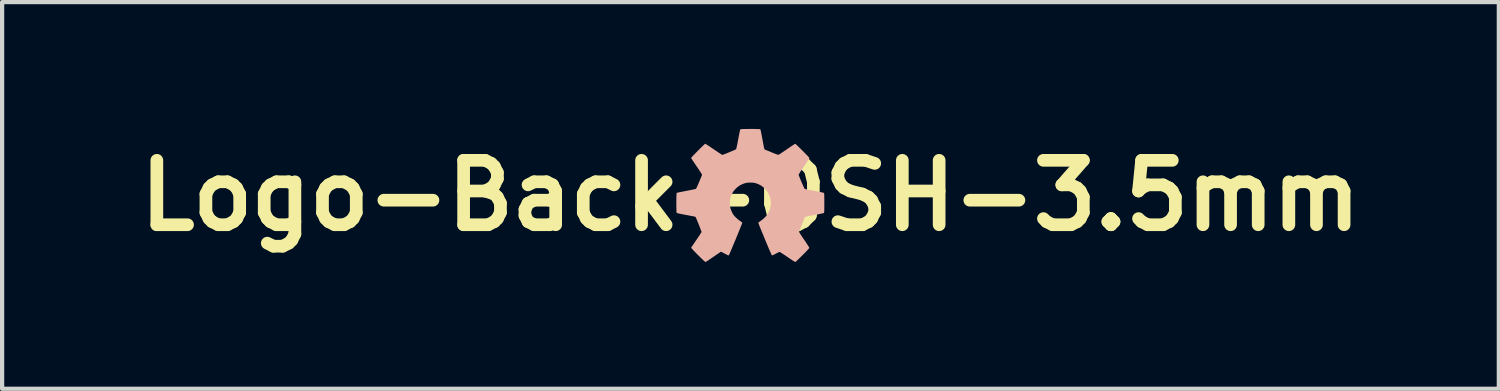
<source format=kicad_pcb>
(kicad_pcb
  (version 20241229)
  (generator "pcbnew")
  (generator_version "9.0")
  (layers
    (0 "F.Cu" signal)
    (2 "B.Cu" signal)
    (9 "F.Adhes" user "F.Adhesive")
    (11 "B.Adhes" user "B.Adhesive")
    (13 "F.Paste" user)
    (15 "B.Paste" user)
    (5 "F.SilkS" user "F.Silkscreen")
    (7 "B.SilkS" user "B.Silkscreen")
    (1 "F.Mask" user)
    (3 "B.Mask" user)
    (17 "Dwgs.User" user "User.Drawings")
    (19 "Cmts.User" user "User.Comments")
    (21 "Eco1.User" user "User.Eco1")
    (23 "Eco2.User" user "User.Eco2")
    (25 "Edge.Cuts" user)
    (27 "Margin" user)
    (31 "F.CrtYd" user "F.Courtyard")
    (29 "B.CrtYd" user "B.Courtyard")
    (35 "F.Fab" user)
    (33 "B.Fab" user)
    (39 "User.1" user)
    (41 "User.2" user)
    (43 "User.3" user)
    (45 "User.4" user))
  (footprint "Logo-Back-OSH-3.5mm"
    (layer "F.Cu")
    (at 14.703 1.577)
    (property "Reference" "Logo-Back-OSH-3.5mm" (at 0 0 0) (layer "F.SilkS") (effects (font (size 1.524 1.524) (thickness 0.3))))
    (attr board_only exclude_from_pos_files exclude_from_bom)
    (fp_poly (pts (xy -0.031 -1.577) (xy -0.076 -1.576) (xy -0.119 -1.576) (xy -0.158 -1.575) (xy -0.191 -1.574) (xy -0.217 -1.572) (xy -0.234 -1.57) (xy -0.241 -1.568) (xy -0.244 -1.561) (xy -0.248 -1.543) (xy -0.254 -1.516) (xy -0.261 -1.482) (xy -0.269 -1.441) (xy -0.278 -1.395) (xy -0.288 -1.345) (xy -0.29 -1.333) (xy -0.302 -1.268) (xy -0.312 -1.215) (xy -0.321 -1.172) (xy -0.329 -1.139) (xy -0.334 -1.115) (xy -0.339 -1.102) (xy -0.341 -1.097) (xy -0.349 -1.093) (xy -0.366 -1.084) (xy -0.39 -1.073) (xy -0.42 -1.06) (xy -0.455 -1.046) (xy -0.491 -1.03) (xy -0.528 -1.015) (xy -0.564 -1) (xy -0.597 -0.987) (xy -0.626 -0.976) (xy -0.648 -0.968) (xy -0.662 -0.963) (xy -0.666 -0.962) (xy -0.672 -0.965) (xy -0.687 -0.975) (xy -0.71 -0.989) (xy -0.739 -1.008) (xy -0.773 -1.031) (xy -0.812 -1.057) (xy -0.854 -1.086) (xy -0.868 -1.095) (xy -0.924 -1.133) (xy -0.97 -1.165) (xy -1.008 -1.189) (xy -1.037 -1.207) (xy -1.057 -1.219) (xy -1.069 -1.225) (xy -1.073 -1.225) (xy -1.08 -1.22) (xy -1.094 -1.208) (xy -1.113 -1.19) (xy -1.138 -1.166) (xy -1.166 -1.139) (xy -1.196 -1.109) (xy -1.228 -1.077) (xy -1.261 -1.044) (xy -1.292 -1.012) (xy -1.322 -0.981) (xy -1.349 -0.953) (xy -1.372 -0.929) (xy -1.389 -0.91) (xy -1.401 -0.897) (xy -1.405 -0.891) (xy -1.401 -0.884) (xy -1.392 -0.869) (xy -1.378 -0.847) (xy -1.358 -0.817) (xy -1.335 -0.783) (xy -1.309 -0.744) (xy -1.281 -0.703) (xy -1.275 -0.694) (xy -1.246 -0.652) (xy -1.219 -0.612) (xy -1.196 -0.577) (xy -1.176 -0.546) (xy -1.16 -0.522) (xy -1.15 -0.505) (xy -1.145 -0.496) (xy -1.145 -0.495) (xy -1.147 -0.487) (xy -1.154 -0.469) (xy -1.164 -0.445) (xy -1.176 -0.414) (xy -1.191 -0.38) (xy -1.206 -0.343) (xy -1.222 -0.305) (xy -1.238 -0.269) (xy -1.253 -0.235) (xy -1.266 -0.206) (xy -1.277 -0.182) (xy -1.285 -0.167) (xy -1.289 -0.161) (xy -1.296 -0.158) (xy -1.314 -0.153) (xy -1.342 -0.147) (xy -1.377 -0.139) (xy -1.419 -0.131) (xy -1.467 -0.121) (xy -1.517 -0.112) (xy -1.567 -0.102) (xy -1.613 -0.093) (xy -1.654 -0.085) (xy -1.689 -0.078) (xy -1.717 -0.072) (xy -1.736 -0.067) (xy -1.745 -0.064) (xy -1.745 -0.064) (xy -1.747 -0.057) (xy -1.749 -0.039) (xy -1.751 -0.013) (xy -1.752 0.021) (xy -1.753 0.06) (xy -1.753 0.103) (xy -1.754 0.148) (xy -1.754 0.194) (xy -1.754 0.24) (xy -1.753 0.283) (xy -1.752 0.322) (xy -1.751 0.356) (xy -1.75 0.383) (xy -1.748 0.401) (xy -1.746 0.409) (xy -1.74 0.412) (xy -1.725 0.417) (xy -1.702 0.422) (xy -1.67 0.429) (xy -1.627 0.438) (xy -1.574 0.448) (xy -1.523 0.458) (xy -1.474 0.467) (xy -1.428 0.476) (xy -1.388 0.484) (xy -1.353 0.49) (xy -1.326 0.496) (xy -1.308 0.5) (xy -1.301 0.503) (xy -1.301 0.503) (xy -1.297 0.51) (xy -1.289 0.526) (xy -1.279 0.549) (xy -1.266 0.579) (xy -1.252 0.614) (xy -1.237 0.651) (xy -1.221 0.69) (xy -1.206 0.728) (xy -1.192 0.765) (xy -1.179 0.797) (xy -1.169 0.825) (xy -1.161 0.845) (xy -1.157 0.857) (xy -1.157 0.86) (xy -1.16 0.866) (xy -1.169 0.882) (xy -1.184 0.905) (xy -1.203 0.934) (xy -1.225 0.968) (xy -1.251 1.006) (xy -1.278 1.046) (xy -1.306 1.087) (xy -1.332 1.125) (xy -1.355 1.159) (xy -1.375 1.188) (xy -1.39 1.21) (xy -1.399 1.226) (xy -1.403 1.232) (xy -1.4 1.238) (xy -1.389 1.252) (xy -1.372 1.271) (xy -1.35 1.295) (xy -1.323 1.323) (xy -1.294 1.353) (xy -1.262 1.386) (xy -1.23 1.418) (xy -1.197 1.45) (xy -1.166 1.481) (xy -1.137 1.509) (xy -1.112 1.532) (xy -1.091 1.551) (xy -1.075 1.564) (xy -1.066 1.57) (xy -1.066 1.57) (xy -1.058 1.567) (xy -1.041 1.558) (xy -1.018 1.544) (xy -0.99 1.526) (xy -0.958 1.504) (xy -0.933 1.487) (xy -0.895 1.461) (xy -0.857 1.435) (xy -0.821 1.41) (xy -0.79 1.389) (xy -0.764 1.371) (xy -0.754 1.365) (xy -0.697 1.327) (xy -0.609 1.373) (xy -0.576 1.39) (xy -0.552 1.402) (xy -0.535 1.41) (xy -0.524 1.413) (xy -0.517 1.414) (xy -0.512 1.412) (xy -0.511 1.411) (xy -0.507 1.404) (xy -0.5 1.387) (xy -0.488 1.361) (xy -0.474 1.328) (xy -0.457 1.288) (xy -0.438 1.243) (xy -0.417 1.193) (xy -0.395 1.14) (xy -0.372 1.085) (xy -0.348 1.029) (xy -0.325 0.972) (xy -0.302 0.917) (xy -0.281 0.864) (xy -0.26 0.814) (xy -0.242 0.769) (xy -0.226 0.729) (xy -0.213 0.696) (xy -0.203 0.67) (xy -0.197 0.653) (xy -0.195 0.646) (xy -0.198 0.637) (xy -0.21 0.626) (xy -0.231 0.61) (xy -0.243 0.602) (xy -0.267 0.585) (xy -0.296 0.562) (xy -0.325 0.537) (xy -0.349 0.514) (xy -0.373 0.489) (xy -0.392 0.468) (xy -0.406 0.449) (xy -0.419 0.427) (xy -0.433 0.401) (xy -0.435 0.395) (xy -0.455 0.353) (xy -0.469 0.317) (xy -0.478 0.283) (xy -0.484 0.248) (xy -0.486 0.207) (xy -0.487 0.177) (xy -0.486 0.141) (xy -0.485 0.113) (xy -0.482 0.089) (xy -0.478 0.068) (xy -0.473 0.05) (xy -0.447 -0.022) (xy -0.411 -0.088) (xy -0.365 -0.147) (xy -0.312 -0.198) (xy -0.252 -0.241) (xy -0.185 -0.274) (xy -0.121 -0.296) (xy -0.074 -0.305) (xy -0.021 -0.308) (xy 0.034 -0.308) (xy 0.085 -0.302) (xy 0.115 -0.296) (xy 0.185 -0.272) (xy 0.249 -0.238) (xy 0.307 -0.196) (xy 0.358 -0.147) (xy 0.401 -0.091) (xy 0.436 -0.03) (xy 0.461 0.035) (xy 0.477 0.103) (xy 0.483 0.174) (xy 0.479 0.232) (xy 0.464 0.306) (xy 0.44 0.373) (xy 0.406 0.436) (xy 0.363 0.493) (xy 0.308 0.547) (xy 0.254 0.589) (xy 0.23 0.606) (xy 0.21 0.621) (xy 0.195 0.633) (xy 0.188 0.64) (xy 0.188 0.64) (xy 0.187 0.641) (xy 0.186 0.643) (xy 0.187 0.646) (xy 0.188 0.651) (xy 0.19 0.658) (xy 0.194 0.669) (xy 0.199 0.683) (xy 0.207 0.702) (xy 0.216 0.727) (xy 0.229 0.757) (xy 0.244 0.794) (xy 0.262 0.839) (xy 0.284 0.892) (xy 0.31 0.954) (xy 0.339 1.026) (xy 0.366 1.091) (xy 0.398 1.168) (xy 0.426 1.234) (xy 0.45 1.29) (xy 0.47 1.335) (xy 0.485 1.37) (xy 0.497 1.395) (xy 0.505 1.409) (xy 0.509 1.414) (xy 0.518 1.413) (xy 0.536 1.406) (xy 0.561 1.394) (xy 0.592 1.378) (xy 0.597 1.375) (xy 0.626 1.36) (xy 0.651 1.348) (xy 0.672 1.338) (xy 0.685 1.333) (xy 0.688 1.333) (xy 0.696 1.336) (xy 0.712 1.345) (xy 0.736 1.36) (xy 0.765 1.379) (xy 0.8 1.401) (xy 0.838 1.427) (xy 0.874 1.451) (xy 0.914 1.479) (xy 0.952 1.504) (xy 0.986 1.527) (xy 1.015 1.545) (xy 1.037 1.559) (xy 1.053 1.568) (xy 1.059 1.57) (xy 1.067 1.566) (xy 1.082 1.554) (xy 1.104 1.534) (xy 1.134 1.505) (xy 1.172 1.469) (xy 1.218 1.423) (xy 1.232 1.409) (xy 1.28 1.361) (xy 1.319 1.321) (xy 1.35 1.288) (xy 1.373 1.263) (xy 1.387 1.246) (xy 1.393 1.237) (xy 1.393 1.236) (xy 1.39 1.229) (xy 1.381 1.213) (xy 1.366 1.189) (xy 1.347 1.16) (xy 1.324 1.125) (xy 1.299 1.087) (xy 1.272 1.048) (xy 1.244 1.007) (xy 1.219 0.969) (xy 1.196 0.934) (xy 1.177 0.905) (xy 1.163 0.882) (xy 1.154 0.866) (xy 1.151 0.859) (xy 1.153 0.85) (xy 1.159 0.832) (xy 1.169 0.806) (xy 1.181 0.775) (xy 1.194 0.739) (xy 1.209 0.701) (xy 1.225 0.662) (xy 1.24 0.624) (xy 1.255 0.589) (xy 1.268 0.557) (xy 1.279 0.532) (xy 1.287 0.515) (xy 1.292 0.507) (xy 1.292 0.507) (xy 1.299 0.503) (xy 1.316 0.498) (xy 1.341 0.492) (xy 1.377 0.484) (xy 1.423 0.475) (xy 1.48 0.464) (xy 1.499 0.461) (xy 1.558 0.45) (xy 1.607 0.441) (xy 1.646 0.433) (xy 1.676 0.427) (xy 1.699 0.422) (xy 1.716 0.418) (xy 1.728 0.415) (xy 1.735 0.412) (xy 1.74 0.408) (xy 1.742 0.405) (xy 1.743 0.401) (xy 1.744 0.4) (xy 1.744 0.391) (xy 1.745 0.372) (xy 1.746 0.344) (xy 1.746 0.308) (xy 1.747 0.266) (xy 1.747 0.219) (xy 1.747 0.169) (xy 1.747 0.168) (xy 1.747 0.107) (xy 1.747 0.058) (xy 1.746 0.018) (xy 1.745 -0.013) (xy 1.744 -0.035) (xy 1.743 -0.05) (xy 1.741 -0.058) (xy 1.74 -0.061) (xy 1.735 -0.064) (xy 1.723 -0.068) (xy 1.703 -0.073) (xy 1.675 -0.08) (xy 1.639 -0.087) (xy 1.592 -0.096) (xy 1.535 -0.107) (xy 1.512 -0.111) (xy 1.452 -0.123) (xy 1.402 -0.132) (xy 1.363 -0.14) (xy 1.332 -0.147) (xy 1.309 -0.152) (xy 1.294 -0.157) (xy 1.284 -0.161) (xy 1.281 -0.163) (xy 1.275 -0.172) (xy 1.267 -0.189) (xy 1.255 -0.214) (xy 1.241 -0.245) (xy 1.225 -0.28) (xy 1.209 -0.317) (xy 1.193 -0.355) (xy 1.178 -0.391) (xy 1.164 -0.425) (xy 1.153 -0.453) (xy 1.145 -0.476) (xy 1.14 -0.49) (xy 1.139 -0.494) (xy 1.143 -0.502) (xy 1.152 -0.518) (xy 1.167 -0.542) (xy 1.186 -0.573) (xy 1.21 -0.608) (xy 1.236 -0.648) (xy 1.264 -0.689) (xy 1.293 -0.731) (xy 1.319 -0.77) (xy 1.342 -0.805) (xy 1.362 -0.835) (xy 1.377 -0.859) (xy 1.388 -0.876) (xy 1.392 -0.884) (xy 1.392 -0.885) (xy 1.392 -0.889) (xy 1.389 -0.896) (xy 1.382 -0.905) (xy 1.371 -0.918) (xy 1.356 -0.935) (xy 1.335 -0.957) (xy 1.308 -0.985) (xy 1.273 -1.02) (xy 1.232 -1.062) (xy 1.23 -1.063) (xy 1.186 -1.107) (xy 1.147 -1.145) (xy 1.115 -1.176) (xy 1.089 -1.2) (xy 1.07 -1.216) (xy 1.059 -1.225) (xy 1.056 -1.226) (xy 1.05 -1.222) (xy 1.034 -1.212) (xy 1.011 -1.197) (xy 0.982 -1.178) (xy 0.948 -1.155) (xy 0.91 -1.129) (xy 0.868 -1.101) (xy 0.865 -1.098) (xy 0.823 -1.069) (xy 0.784 -1.043) (xy 0.748 -1.019) (xy 0.718 -0.999) (xy 0.693 -0.983) (xy 0.676 -0.972) (xy 0.667 -0.967) (xy 0.667 -0.967) (xy 0.661 -0.966) (xy 0.652 -0.967) (xy 0.639 -0.97) (xy 0.62 -0.976) (xy 0.595 -0.985) (xy 0.562 -0.998) (xy 0.52 -1.015) (xy 0.499 -1.024) (xy 0.459 -1.041) (xy 0.422 -1.056) (xy 0.39 -1.069) (xy 0.365 -1.079) (xy 0.347 -1.087) (xy 0.338 -1.09) (xy 0.338 -1.09) (xy 0.335 -1.092) (xy 0.332 -1.096) (xy 0.329 -1.103) (xy 0.326 -1.113) (xy 0.322 -1.129) (xy 0.317 -1.151) (xy 0.311 -1.18) (xy 0.304 -1.217) (xy 0.296 -1.263) (xy 0.285 -1.319) (xy 0.28 -1.349) (xy 0.268 -1.41) (xy 0.259 -1.461) (xy 0.25 -1.501) (xy 0.244 -1.531) (xy 0.238 -1.552) (xy 0.234 -1.565) (xy 0.231 -1.569) (xy 0.223 -1.571) (xy 0.204 -1.573) (xy 0.177 -1.574) (xy 0.143 -1.575) (xy 0.104 -1.576) (xy 0.061 -1.577) (xy 0.015 -1.577)) (stroke (width 0) (type solid)) (fill yes) (layer "B.SilkS")))
  (gr_rect
    (start -3 -3)
    (end 32.406 6.147)
    (stroke (width 0.1) (type default))
    (fill no)
    (layer "Edge.Cuts")))
</source>
